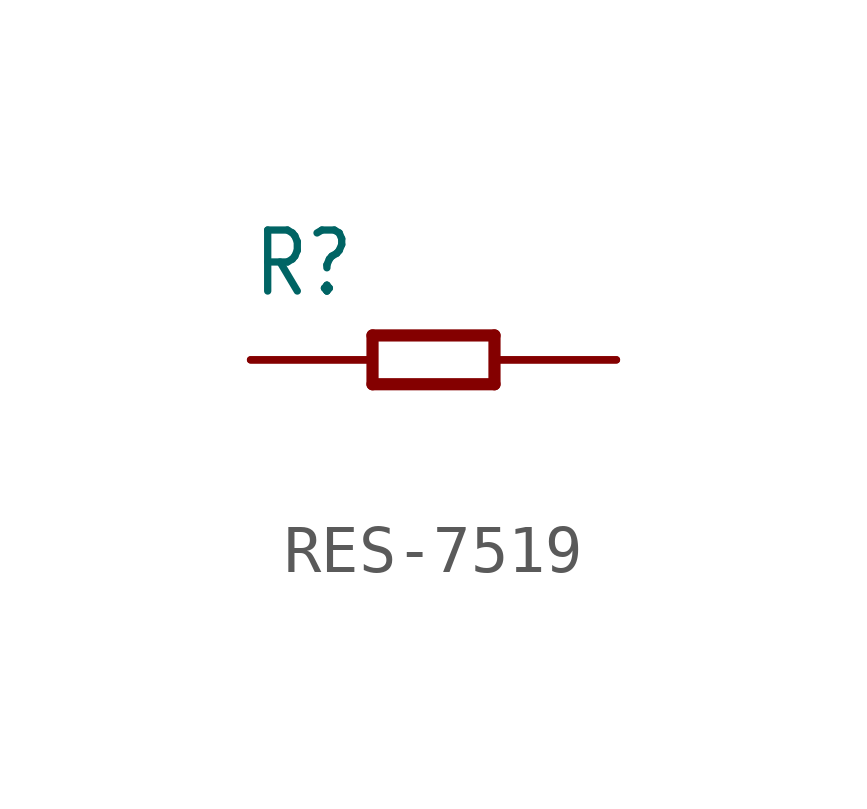
<source format=kicad_sym>
(kicad_symbol_lib
  (version 20231120)
  (generator "kicad_symbol_editor")
  (generator_version "8.0")
  (symbol "RES-7519"
    (property "Reference" "R"
      (at -3.81 1.27 0)
      (effects (font (size 1.27 1.079)) (justify left bottom)))
    (property "Value" ""
      (at -3.81 -2.54 0)
      (effects (font (size 1.27 1.079)) (justify left bottom)))
    (property "ki_locked" ""
      (at 0 0 0)
      (effects (font (size 1.27 1.27))))
    (symbol "RES-7519_1_0"
      (polyline (pts (xy -1.27 -0.508) (xy -1.27 0.508)) (stroke (width 0.254) (type solid)) (fill (type none)))
      (polyline (pts (xy -1.27 0.508) (xy 1.27 0.508)) (stroke (width 0.254) (type solid)) (fill (type none)))
      (polyline (pts (xy 1.27 -0.508) (xy -1.27 -0.508)) (stroke (width 0.254) (type solid)) (fill (type none)))
      (polyline (pts (xy 1.27 0.508) (xy 1.27 -0.508)) (stroke (width 0.254) (type solid)) (fill (type none)))
      (pin passive line (at -3.81 0 0) (length 2.54) (name "1" (effects (font (size 0 0)))) (number "1" (effects (font (size 0 0)))))
      (pin passive line (at -3.81 0 0) (length 2.54) (name "1" (effects (font (size 0 0)))) (number "2" (effects (font (size 0 0)))))
      (pin passive line (at 3.81 0 180) (length 2.54) (name "2" (effects (font (size 0 0)))) (number "3" (effects (font (size 0 0)))))
      (pin passive line (at 3.81 0 180) (length 2.54) (name "2" (effects (font (size 0 0)))) (number "4" (effects (font (size 0 0))))))))
</source>
